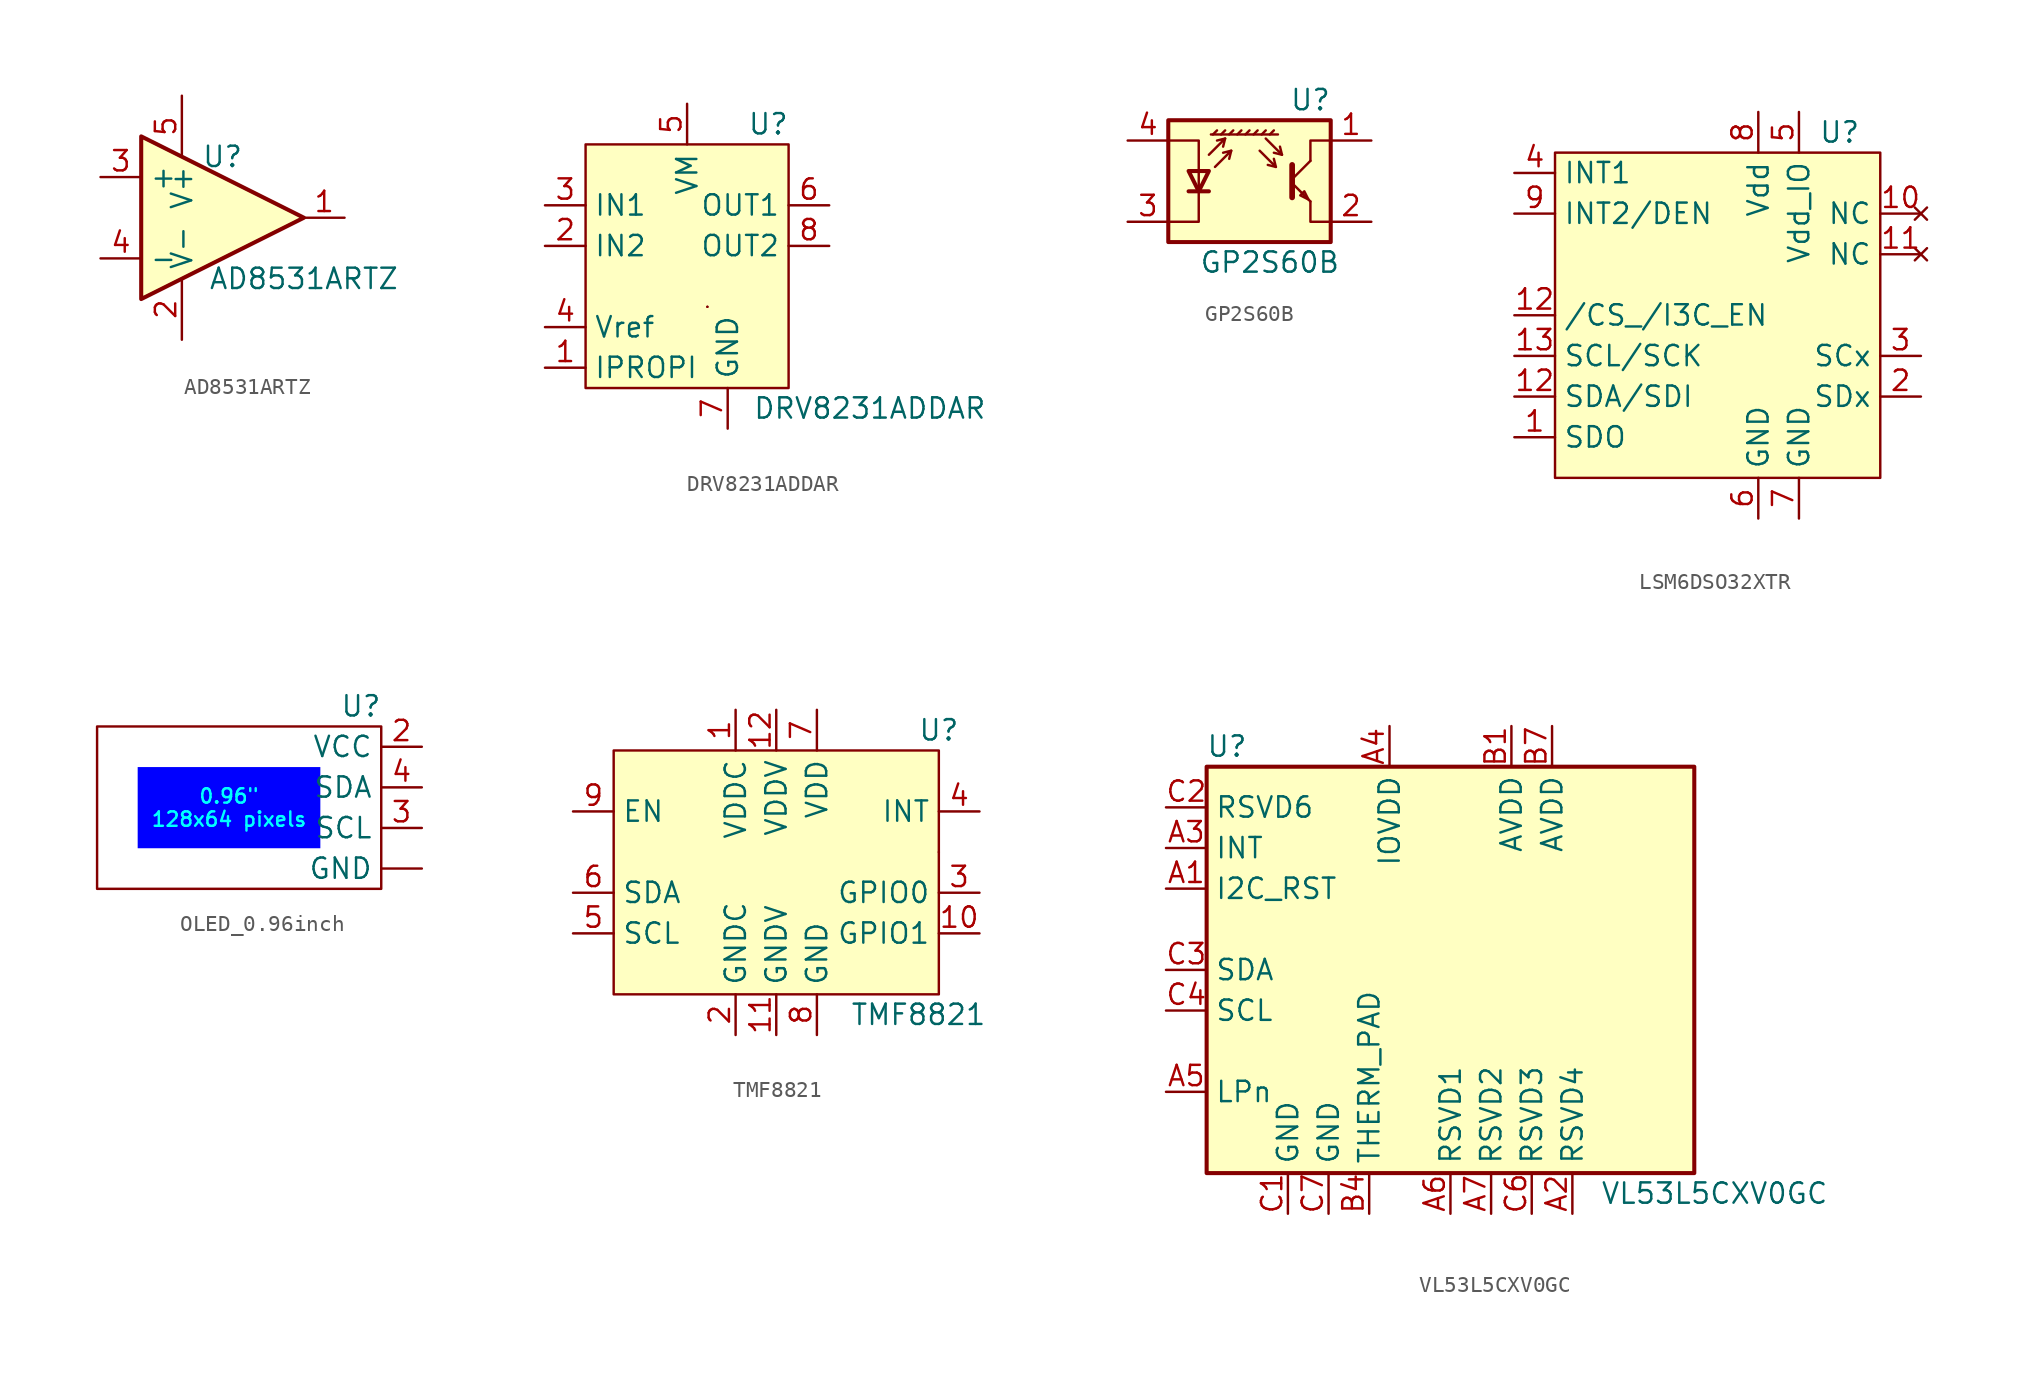
<source format=kicad_sym>
(kicad_symbol_lib
  (version 20220914)
  (generator kicad_symbol_editor)
  (symbol "AD8531ARTZ"
    (property "Reference" "U"
      (at 2.54 3.81 0)
      (effects (font (size 1.27 1.27))))
    (property "Value" "AD8531ARTZ"
      (at 7.62 -3.81 0)
      (effects (font (size 1.27 1.27))))
    (symbol "AD8531ARTZ_0_1"
      (polyline (pts (xy -2.54 5.08) (xy 7.62 0) (xy -2.54 -5.08) (xy -2.54 5.08)) (stroke (width 0.254) (type default)) (fill (type background))))
    (symbol "AD8531ARTZ_1_1"
      (pin output line (at 10.16 0 180) (length 2.54) (name "~" (effects (font (size 1.27 1.27)))) (number "1" (effects (font (size 1.27 1.27)))))
      (pin power_in line (at 0 -7.62 90) (length 3.81) (name "V-" (effects (font (size 1.27 1.27)))) (number "2" (effects (font (size 1.27 1.27)))))
      (pin input line (at -5.08 2.54 0) (length 2.54) (name "+" (effects (font (size 1.27 1.27)))) (number "3" (effects (font (size 1.27 1.27)))))
      (pin input line (at -5.08 -2.54 0) (length 2.54) (name "-" (effects (font (size 1.27 1.27)))) (number "4" (effects (font (size 1.27 1.27)))))
      (pin power_in line (at 0 7.62 270) (length 3.81) (name "V+" (effects (font (size 1.27 1.27)))) (number "5" (effects (font (size 1.27 1.27)))))))
  (symbol "DRV8231ADDAR"
    (property "Reference" "U"
      (at 5.08 10.16 0)
      (effects (font (size 1.27 1.27))))
    (property "Value" "DRV8231ADDAR"
      (at 11.43 -7.62 0)
      (effects (font (size 1.27 1.27))))
    (symbol "DRV8231ADDAR_0_1"
      (rectangle (start 1.27 -1.27) (end 1.27 -1.27) (stroke (width 0) (type default)) (fill (type none)))
      (rectangle (start 1.27 -1.27) (end 1.27 -1.27) (stroke (width 0) (type default)) (fill (type none))))
    (symbol "DRV8231ADDAR_1_1"
      (rectangle (start -6.35 8.89) (end 6.35 -6.35) (stroke (width 0) (type default)) (fill (type background)))
      (pin output line (at -8.89 -5.08 0) (length 2.54) (name "IPROPI" (effects (font (size 1.27 1.27)))) (number "1" (effects (font (size 1.27 1.27)))))
      (pin input line (at -8.89 2.54 0) (length 2.54) (name "IN2" (effects (font (size 1.27 1.27)))) (number "2" (effects (font (size 1.27 1.27)))))
      (pin input line (at -8.89 5.08 0) (length 2.54) (name "IN1" (effects (font (size 1.27 1.27)))) (number "3" (effects (font (size 1.27 1.27)))))
      (pin input line (at -8.89 -2.54 0) (length 2.54) (name "Vref" (effects (font (size 1.27 1.27)))) (number "4" (effects (font (size 1.27 1.27)))))
      (pin passive line (at 0 11.43 270) (length 2.54) (name "VM" (effects (font (size 1.27 1.27)))) (number "5" (effects (font (size 1.27 1.27)))))
      (pin output line (at 8.89 5.08 180) (length 2.54) (name "OUT1" (effects (font (size 1.27 1.27)))) (number "6" (effects (font (size 1.27 1.27)))))
      (pin passive line (at 2.54 -8.89 90) (length 2.54) (name "GND" (effects (font (size 1.27 1.27)))) (number "7" (effects (font (size 1.27 1.27)))))
      (pin output line (at 8.89 2.54 180) (length 2.54) (name "OUT2" (effects (font (size 1.27 1.27)))) (number "8" (effects (font (size 1.27 1.27)))))))
  (symbol "GP2S60B"
    (pin_names
      (offset 0) hide)
    (property "Reference" "U"
      (at 3.81 5.08 0)
      (effects (font (size 1.27 1.27))))
    (property "Value" "GP2S60B"
      (at 1.27 -5.08 0)
      (effects (font (size 1.27 1.27))))
    (symbol "GP2S60B_0_1"
      (polyline (pts (xy -3.81 -0.635) (xy -2.54 -0.635)) (stroke (width 0.254) (type default)) (fill (type none)))
      (polyline (pts (xy -2.286 2.921) (xy -2.032 3.175)) (stroke (width 0) (type default)) (fill (type none)))
      (polyline (pts (xy -1.778 2.921) (xy -1.524 3.175)) (stroke (width 0) (type default)) (fill (type none)))
      (polyline (pts (xy -1.524 2.667) (xy -1.651 2.159)) (stroke (width 0) (type default)) (fill (type none)))
      (polyline (pts (xy -1.27 2.921) (xy -1.016 3.175)) (stroke (width 0) (type default)) (fill (type none)))
      (polyline (pts (xy -1.143 1.905) (xy -1.27 1.397)) (stroke (width 0) (type default)) (fill (type none)))
      (polyline (pts (xy -0.762 2.921) (xy -0.508 3.175)) (stroke (width 0) (type default)) (fill (type none)))
      (polyline (pts (xy -0.254 2.921) (xy 0 3.175)) (stroke (width 0) (type default)) (fill (type none)))
      (polyline (pts (xy 0.254 2.921) (xy 0.508 3.175)) (stroke (width 0) (type default)) (fill (type none)))
      (polyline (pts (xy 0.762 2.921) (xy 1.016 3.175)) (stroke (width 0) (type default)) (fill (type none)))
      (polyline (pts (xy 1.27 2.921) (xy 1.524 3.175)) (stroke (width 0) (type default)) (fill (type none)))
      (polyline (pts (xy 1.651 0.889) (xy 1.143 1.016)) (stroke (width 0) (type default)) (fill (type none)))
      (polyline (pts (xy 1.778 2.921) (xy -2.413 2.921)) (stroke (width 0) (type default)) (fill (type none)))
      (polyline (pts (xy 2.032 1.651) (xy 1.524 1.778)) (stroke (width 0) (type default)) (fill (type none)))
      (polyline (pts (xy 2.667 -0.127) (xy 3.81 -1.27)) (stroke (width 0) (type default)) (fill (type none)))
      (polyline (pts (xy 2.667 0.127) (xy 3.81 1.27)) (stroke (width 0) (type default)) (fill (type none)))
      (polyline (pts (xy -2.54 1.651) (xy -1.524 2.667) (xy -2.032 2.54)) (stroke (width 0) (type default)) (fill (type none)))
      (polyline (pts (xy -2.159 0.889) (xy -1.143 1.905) (xy -1.651 1.778)) (stroke (width 0) (type default)) (fill (type none)))
      (polyline (pts (xy 0.635 1.905) (xy 1.651 0.889) (xy 1.524 1.397)) (stroke (width 0) (type default)) (fill (type none)))
      (polyline (pts (xy 1.016 2.667) (xy 2.032 1.651) (xy 1.905 2.159)) (stroke (width 0) (type default)) (fill (type none)))
      (polyline (pts (xy 2.667 1.016) (xy 2.667 -1.016) (xy 2.667 -1.016)) (stroke (width 0.356) (type default)) (fill (type none)))
      (polyline (pts (xy 3.81 -1.27) (xy 3.81 -2.54) (xy 5.08 -2.54)) (stroke (width 0) (type default)) (fill (type none)))
      (polyline (pts (xy 3.81 1.27) (xy 3.81 2.54) (xy 5.08 2.54)) (stroke (width 0) (type default)) (fill (type none)))
      (polyline (pts (xy -5.08 -2.54) (xy -3.175 -2.54) (xy -3.175 2.54) (xy -5.08 2.54)) (stroke (width 0) (type default)) (fill (type none)))
      (polyline (pts (xy -3.175 -0.635) (xy -3.81 0.635) (xy -2.54 0.635) (xy -3.175 -0.635)) (stroke (width 0.254) (type default)) (fill (type none)))
      (polyline (pts (xy 3.683 -1.143) (xy 3.429 -0.635) (xy 3.175 -0.889) (xy 3.683 -1.143)) (stroke (width 0) (type default)) (fill (type none)))
      (polyline (pts (xy -5.08 -3.81) (xy 5.08 -3.81) (xy 5.08 3.81) (xy -5.08 3.81) (xy -5.08 -3.81)) (stroke (width 0.254) (type default)) (fill (type background))))
    (symbol "GP2S60B_1_1"
      (pin open_collector line (at 7.62 2.54 180) (length 2.54) (name "C" (effects (font (size 1.27 1.27)))) (number "1" (effects (font (size 1.27 1.27)))))
      (pin open_emitter line (at 7.62 -2.54 180) (length 2.54) (name "E" (effects (font (size 1.27 1.27)))) (number "2" (effects (font (size 1.27 1.27)))))
      (pin passive line (at -7.62 -2.54 0) (length 2.54) (name "K" (effects (font (size 1.27 1.27)))) (number "3" (effects (font (size 1.27 1.27)))))
      (pin passive line (at -7.62 2.54 0) (length 2.54) (name "A" (effects (font (size 1.27 1.27)))) (number "4" (effects (font (size 1.27 1.27)))))))
  (symbol "LSM6DSO32XTR"
    (property "Reference" "U"
      (at 7.62 11.43 0)
      (effects (font (size 1.27 1.27))))
    (property "Value" ""
      (at 5.08 7.62 0)
      (effects (font (size 1.27 1.27))))
    (symbol "LSM6DSO32XTR_1_1"
      (rectangle (start -10.16 10.16) (end 10.16 -10.16) (stroke (width 0) (type default)) (fill (type background)))
      (pin output line (at -12.7 -7.62 0) (length 2.54) (name "SDO" (effects (font (size 1.27 1.27)))) (number "1" (effects (font (size 1.27 1.27)))))
      (pin no_connect line (at 12.7 6.35 180) (length 2.54) (name "NC" (effects (font (size 1.27 1.27)))) (number "10" (effects (font (size 1.27 1.27)))))
      (pin no_connect line (at 12.7 3.81 180) (length 2.54) (name "NC" (effects (font (size 1.27 1.27)))) (number "11" (effects (font (size 1.27 1.27)))))
      (pin input line (at -12.7 0 0) (length 2.54) (name "/CS_/I3C_EN" (effects (font (size 1.27 1.27)))) (number "12" (effects (font (size 1.27 1.27)))))
      (pin input line (at -12.7 -5.08 0) (length 2.54) (name "SDA/SDI" (effects (font (size 1.27 1.27)))) (number "12" (effects (font (size 1.27 1.27)))))
      (pin input line (at -12.7 -2.54 0) (length 2.54) (name "SCL/SCK" (effects (font (size 1.27 1.27)))) (number "13" (effects (font (size 1.27 1.27)))))
      (pin free line (at 12.7 -5.08 180) (length 2.54) (name "SDx" (effects (font (size 1.27 1.27)))) (number "2" (effects (font (size 1.27 1.27)))))
      (pin free line (at 12.7 -2.54 180) (length 2.54) (name "SCx" (effects (font (size 1.27 1.27)))) (number "3" (effects (font (size 1.27 1.27)))))
      (pin output line (at -12.7 8.89 0) (length 2.54) (name "INT1" (effects (font (size 1.27 1.27)))) (number "4" (effects (font (size 1.27 1.27)))))
      (pin power_in line (at 5.08 12.7 270) (length 2.54) (name "Vdd_IO" (effects (font (size 1.27 1.27)))) (number "5" (effects (font (size 1.27 1.27)))))
      (pin passive line (at 2.54 -12.7 90) (length 2.54) (name "GND" (effects (font (size 1.27 1.27)))) (number "6" (effects (font (size 1.27 1.27)))))
      (pin passive line (at 5.08 -12.7 90) (length 2.54) (name "GND" (effects (font (size 1.27 1.27)))) (number "7" (effects (font (size 1.27 1.27)))))
      (pin power_in line (at 2.54 12.7 270) (length 2.54) (name "Vdd" (effects (font (size 1.27 1.27)))) (number "8" (effects (font (size 1.27 1.27)))))
      (pin bidirectional line (at -12.7 6.35 0) (length 2.54) (name "INT2/DEN" (effects (font (size 1.27 1.27)))) (number "9" (effects (font (size 1.27 1.27)))))))
  (symbol "OLED_0.96inch"
    (property "Reference" "U"
      (at 7.62 6.35 0)
      (effects (font (size 1.27 1.27))))
    (property "Value" ""
      (at -3.81 2.54 0)
      (effects (font (size 1.27 1.27))))
    (symbol "OLED_0.96inch_0_0"
      (text_box "0.96\"\n128x64 pixels" (at -6.35 2.54 0) (size 11.43 -5.08) (stroke (width -0.0001) (type default)) (fill (type color) (color 0 0 255 1)) (effects (font (size 0.9 0.9) (color 0 255 255 1)))))
    (symbol "OLED_0.96inch_0_1"
      (rectangle (start -8.89 5.08) (end 8.89 -5.08) (stroke (width 0) (type default)) (fill (type none))))
    (symbol "OLED_0.96inch_1_1"
      (pin passive line (at 11.43 -3.81 180) (length 2.54) (name "GND" (effects (font (size 1.27 1.27)))) (number "" (effects (font (size 1.27 1.27)))))
      (pin input line (at 11.43 3.81 180) (length 2.54) (name "VCC" (effects (font (size 1.27 1.27)))) (number "2" (effects (font (size 1.27 1.27)))))
      (pin input line (at 11.43 -1.27 180) (length 2.54) (name "SCL" (effects (font (size 1.27 1.27)))) (number "3" (effects (font (size 1.27 1.27)))))
      (pin bidirectional line (at 11.43 1.27 180) (length 2.54) (name "SDA" (effects (font (size 1.27 1.27)))) (number "4" (effects (font (size 1.27 1.27)))))))
  (symbol "TMF8821"
    (property "Reference" "U"
      (at 10.16 8.89 0)
      (effects (font (size 1.27 1.27))))
    (property "Value" "TMF8821"
      (at 8.89 -8.89 0)
      (effects (font (size 1.27 1.27))))
    (symbol "TMF8821_0_1"
      (rectangle (start 10.16 1.27) (end 10.16 1.27) (stroke (width 0) (type default)) (fill (type none))))
    (symbol "TMF8821_1_1"
      (rectangle (start -10.16 7.62) (end 10.16 -7.62) (stroke (width 0) (type default)) (fill (type background)))
      (pin power_in line (at -2.54 10.16 270) (length 2.54) (name "VDDC" (effects (font (size 1.27 1.27)))) (number "1" (effects (font (size 1.27 1.27)))))
      (pin bidirectional line (at 12.7 -3.81 180) (length 2.54) (name "GPIO1" (effects (font (size 1.27 1.27)))) (number "10" (effects (font (size 1.27 1.27)))))
      (pin passive line (at 0 -10.16 90) (length 2.54) (name "GNDV" (effects (font (size 1.27 1.27)))) (number "11" (effects (font (size 1.27 1.27)))))
      (pin power_in line (at 0 10.16 270) (length 2.54) (name "VDDV" (effects (font (size 1.27 1.27)))) (number "12" (effects (font (size 1.27 1.27)))))
      (pin passive line (at -2.54 -10.16 90) (length 2.54) (name "GNDC" (effects (font (size 1.27 1.27)))) (number "2" (effects (font (size 1.27 1.27)))))
      (pin bidirectional line (at 12.7 -1.27 180) (length 2.54) (name "GPIO0" (effects (font (size 1.27 1.27)))) (number "3" (effects (font (size 1.27 1.27)))))
      (pin open_emitter line (at 12.7 3.81 180) (length 2.54) (name "INT" (effects (font (size 1.27 1.27)))) (number "4" (effects (font (size 1.27 1.27)))))
      (pin input line (at -12.7 -3.81 0) (length 2.54) (name "SCL" (effects (font (size 1.27 1.27)))) (number "5" (effects (font (size 1.27 1.27)))))
      (pin bidirectional line (at -12.7 -1.27 0) (length 2.54) (name "SDA" (effects (font (size 1.27 1.27)))) (number "6" (effects (font (size 1.27 1.27)))))
      (pin power_in line (at 2.54 10.16 270) (length 2.54) (name "VDD" (effects (font (size 1.27 1.27)))) (number "7" (effects (font (size 1.27 1.27)))))
      (pin passive line (at 2.54 -10.16 90) (length 2.54) (name "GND" (effects (font (size 1.27 1.27)))) (number "8" (effects (font (size 1.27 1.27)))))
      (pin input line (at -12.7 3.81 0) (length 2.54) (name "EN" (effects (font (size 1.27 1.27)))) (number "9" (effects (font (size 1.27 1.27)))))))
  (symbol "VL53L5CXV0GC"
    (property "Reference" "U"
      (at -13.97 13.97 0)
      (effects (font (size 1.27 1.27))))
    (property "Value" "VL53L5CXV0GC"
      (at 16.51 -13.97 0)
      (effects (font (size 1.27 1.27))))
    (symbol "VL53L5CXV0GC_0_1"
      (rectangle (start -15.24 12.7) (end 15.24 -12.7) (stroke (width 0.254) (type default)) (fill (type background))))
    (symbol "VL53L5CXV0GC_1_1"
      (pin input line (at -17.78 5.08 0) (length 2.54) (name "I2C_RST" (effects (font (size 1.27 1.27)))) (number "A1" (effects (font (size 1.27 1.27)))))
      (pin input line (at 7.62 -15.24 90) (length 2.54) (name "RSVD4" (effects (font (size 1.27 1.27)))) (number "A2" (effects (font (size 1.27 1.27)))))
      (pin open_collector line (at -17.78 7.62 0) (length 2.54) (name "INT" (effects (font (size 1.27 1.27)))) (number "A3" (effects (font (size 1.27 1.27)))))
      (pin power_in line (at -3.81 15.24 270) (length 2.54) (name "IOVDD" (effects (font (size 1.27 1.27)))) (number "A4" (effects (font (size 1.27 1.27)))))
      (pin input line (at -17.78 -7.62 0) (length 2.54) (name "LPn" (effects (font (size 1.27 1.27)))) (number "A5" (effects (font (size 1.27 1.27)))))
      (pin input line (at 0 -15.24 90) (length 2.54) (name "RSVD1" (effects (font (size 1.27 1.27)))) (number "A6" (effects (font (size 1.27 1.27)))))
      (pin input line (at 2.54 -15.24 90) (length 2.54) (name "RSVD2" (effects (font (size 1.27 1.27)))) (number "A7" (effects (font (size 1.27 1.27)))))
      (pin power_in line (at 3.81 15.24 270) (length 2.54) (name "AVDD" (effects (font (size 1.27 1.27)))) (number "B1" (effects (font (size 1.27 1.27)))))
      (pin passive line (at -5.08 -15.24 90) (length 2.54) (name "THERM_PAD" (effects (font (size 1.27 1.27)))) (number "B4" (effects (font (size 1.27 1.27)))))
      (pin power_in line (at 6.35 15.24 270) (length 2.54) (name "AVDD" (effects (font (size 1.27 1.27)))) (number "B7" (effects (font (size 1.27 1.27)))))
      (pin passive line (at -10.16 -15.24 90) (length 2.54) (name "GND" (effects (font (size 1.27 1.27)))) (number "C1" (effects (font (size 1.27 1.27)))))
      (pin input line (at -17.78 10.16 0) (length 2.54) (name "RSVD6" (effects (font (size 1.27 1.27)))) (number "C2" (effects (font (size 1.27 1.27)))))
      (pin bidirectional line (at -17.78 0 0) (length 2.54) (name "SDA" (effects (font (size 1.27 1.27)))) (number "C3" (effects (font (size 1.27 1.27)))))
      (pin input line (at -17.78 -2.54 0) (length 2.54) (name "SCL" (effects (font (size 1.27 1.27)))) (number "C4" (effects (font (size 1.27 1.27)))))
      (pin no_connect line (at 17.78 7.62 180) (length 2.54) hide (name "RSVD5" (effects (font (size 1.27 1.27)))) (number "C5" (effects (font (size 1.27 1.27)))))
      (pin input line (at 5.08 -15.24 90) (length 2.54) (name "RSVD3" (effects (font (size 1.27 1.27)))) (number "C6" (effects (font (size 1.27 1.27)))))
      (pin passive line (at -7.62 -15.24 90) (length 2.54) (name "GND" (effects (font (size 1.27 1.27)))) (number "C7" (effects (font (size 1.27 1.27))))))))
</source>
